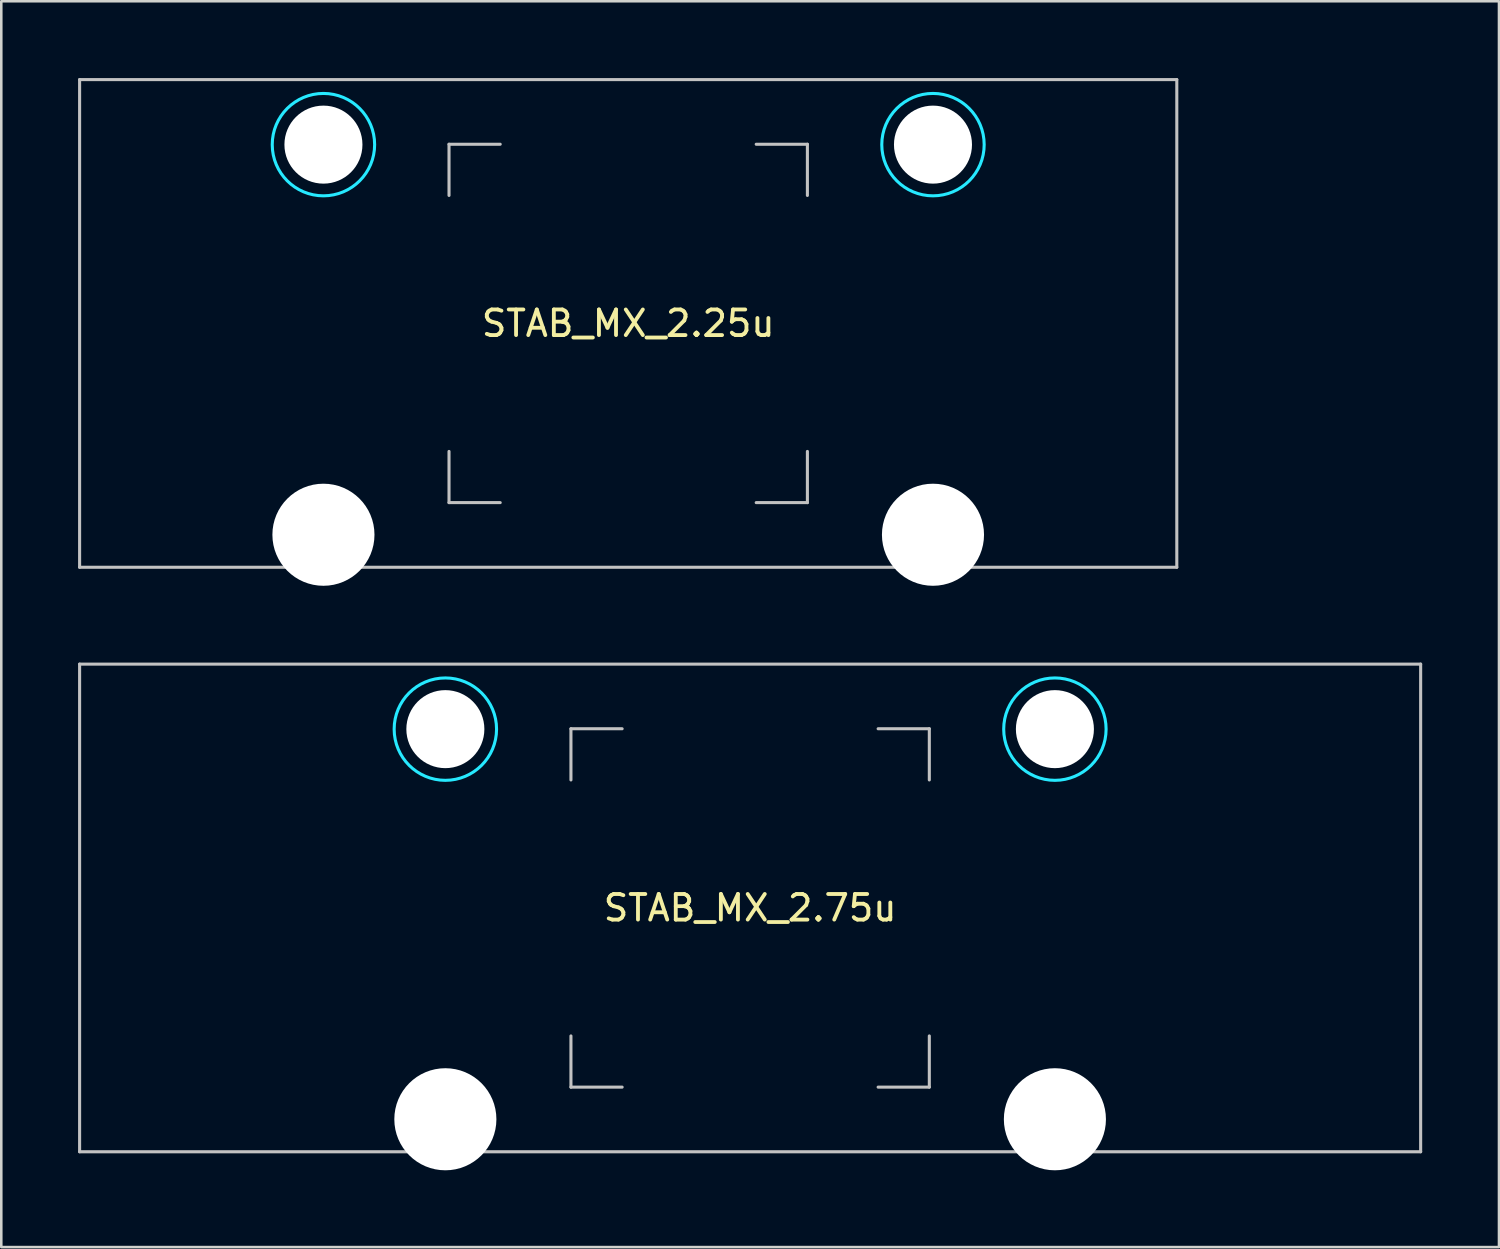
<source format=kicad_pcb>
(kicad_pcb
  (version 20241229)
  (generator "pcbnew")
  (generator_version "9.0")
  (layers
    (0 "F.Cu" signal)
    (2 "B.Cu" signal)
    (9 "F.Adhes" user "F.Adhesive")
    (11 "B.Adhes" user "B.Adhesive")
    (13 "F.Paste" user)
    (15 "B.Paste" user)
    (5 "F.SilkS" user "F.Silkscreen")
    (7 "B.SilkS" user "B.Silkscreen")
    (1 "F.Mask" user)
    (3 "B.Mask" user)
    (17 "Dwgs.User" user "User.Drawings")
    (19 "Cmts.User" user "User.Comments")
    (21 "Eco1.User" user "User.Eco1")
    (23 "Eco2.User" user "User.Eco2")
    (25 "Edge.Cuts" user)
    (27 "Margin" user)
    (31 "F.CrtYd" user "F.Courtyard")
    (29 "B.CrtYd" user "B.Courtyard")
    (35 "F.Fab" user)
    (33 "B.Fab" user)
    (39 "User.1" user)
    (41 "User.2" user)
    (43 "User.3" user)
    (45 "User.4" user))
  (footprint "STAB_MX_2.75u"
    (layer "F.Cu")
    (at 26.254 32.419)
    (property "Reference" "STAB_MX_2.75u" (at 0 0 0) (layer "F.SilkS") (effects (font (size 1 1) (thickness 0.15))))
    (attr through_hole exclude_from_pos_files exclude_from_bom)
    (fp_line (start -26.194 -9.525) (end -26.194 9.525) (stroke (width 0.12) (type solid)) (layer "Dwgs.User"))
    (fp_line (start -26.194 -9.525) (end 26.194 -9.525) (stroke (width 0.12) (type solid)) (layer "Dwgs.User"))
    (fp_line (start -26.194 9.525) (end 26.194 9.525) (stroke (width 0.12) (type solid)) (layer "Dwgs.User"))
    (fp_line (start -7 -7) (end -5 -7) (stroke (width 0.12) (type solid)) (layer "Dwgs.User"))
    (fp_line (start -7 -5) (end -7 -7) (stroke (width 0.12) (type solid)) (layer "Dwgs.User"))
    (fp_line (start -7 7) (end -7 5) (stroke (width 0.12) (type solid)) (layer "Dwgs.User"))
    (fp_line (start -5 7) (end -7 7) (stroke (width 0.12) (type solid)) (layer "Dwgs.User"))
    (fp_line (start 5 -7) (end 7 -7) (stroke (width 0.12) (type solid)) (layer "Dwgs.User"))
    (fp_line (start 5 7) (end 7 7) (stroke (width 0.12) (type solid)) (layer "Dwgs.User"))
    (fp_line (start 7 -7) (end 7 -5) (stroke (width 0.12) (type solid)) (layer "Dwgs.User"))
    (fp_line (start 7 7) (end 7 5) (stroke (width 0.12) (type solid)) (layer "Dwgs.User"))
    (fp_line (start 26.194 -9.525) (end 26.194 9.525) (stroke (width 0.12) (type solid)) (layer "Dwgs.User"))
    (fp_line (start -15.281 -5.5) (end -15.281 7.5) (stroke (width 0.05) (type solid)) (layer "Eco2.User"))
    (fp_line (start -14.781 -6) (end -9.031 -6) (stroke (width 0.05) (type solid)) (layer "Eco2.User"))
    (fp_line (start -14.781 8) (end -9.031 8) (stroke (width 0.05) (type solid)) (layer "Eco2.User"))
    (fp_line (start -8.531 -5.5) (end -8.531 7.5) (stroke (width 0.05) (type solid)) (layer "Eco2.User"))
    (fp_line (start 8.531 -5.5) (end 8.531 7.5) (stroke (width 0.05) (type solid)) (layer "Eco2.User"))
    (fp_line (start 9.031 -6) (end 14.78 -6) (stroke (width 0.05) (type solid)) (layer "Eco2.User"))
    (fp_line (start 9.031 8) (end 14.781 8) (stroke (width 0.05) (type solid)) (layer "Eco2.User"))
    (fp_line (start 15.28 -5.5) (end 15.281 7.5) (stroke (width 0.05) (type solid)) (layer "Eco2.User"))
    (fp_arc (start -15.28125 -5.499999) (mid -15.134803 -5.853552) (end -14.78125 -5.999999) (stroke (width 0.05) (type solid)) (layer "Eco2.User"))
    (fp_arc (start -14.78125 8.000001) (mid -15.134803 7.853554) (end -15.28125 7.500001) (stroke (width 0.05) (type solid)) (layer "Eco2.User"))
    (fp_arc (start -9.03125 -5.999999) (mid -8.677697 -5.853552) (end -8.53125 -5.499999) (stroke (width 0.05) (type solid)) (layer "Eco2.User"))
    (fp_arc (start -8.53125 7.500001) (mid -8.677697 7.853554) (end -9.03125 8.000001) (stroke (width 0.05) (type solid)) (layer "Eco2.User"))
    (fp_arc (start 8.53125 -5.499999) (mid 8.677697 -5.853552) (end 9.03125 -5.999999) (stroke (width 0.05) (type solid)) (layer "Eco2.User"))
    (fp_arc (start 9.03125 8.000001) (mid 8.677697 7.853554) (end 8.53125 7.500001) (stroke (width 0.05) (type solid)) (layer "Eco2.User"))
    (fp_arc (start 14.780039 -5.999999) (mid 15.133592 -5.853552) (end 15.280039 -5.499999) (stroke (width 0.05) (type solid)) (layer "Eco2.User"))
    (fp_arc (start 15.28125 7.500001) (mid 15.134803 7.853554) (end 14.78125 8.000001) (stroke (width 0.05) (type solid)) (layer "Eco2.User"))
    (fp_circle (center -11.906 -6.985) (end -9.906 -6.985) (stroke (width 0.12) (type solid)) (fill no) (layer "B.CrtYd"))
    (fp_circle (center 11.906 -6.985) (end 13.906 -6.985) (stroke (width 0.12) (type solid)) (fill no) (layer "B.CrtYd"))
    (pad "" np_thru_hole circle (at -11.906 -6.985) (size 3.048 3.048) (drill 3.048) (layers "*.Cu" "*.Mask"))
    (pad "" np_thru_hole circle (at -11.906 8.255) (size 3.988 3.988) (drill 3.988) (layers "*.Cu" "*.Mask"))
    (pad "" np_thru_hole circle (at 11.906 -6.985) (size 3.048 3.048) (drill 3.048) (layers "*.Cu" "*.Mask"))
    (pad "" np_thru_hole circle (at 11.906 8.255) (size 3.988 3.988) (drill 3.988) (layers "*.Cu" "*.Mask")))
  (footprint "STAB_MX_2.25u"
    (layer "F.Cu")
    (at 21.491 9.585)
    (property "Reference" "STAB_MX_2.25u" (at 0 0 0) (layer "F.SilkS") (effects (font (size 1 1) (thickness 0.15))))
    (attr through_hole exclude_from_pos_files exclude_from_bom)
    (fp_line (start -21.431 -9.525) (end -21.431 9.525) (stroke (width 0.12) (type solid)) (layer "Dwgs.User"))
    (fp_line (start -21.431 -9.525) (end 21.431 -9.525) (stroke (width 0.12) (type solid)) (layer "Dwgs.User"))
    (fp_line (start -21.431 9.525) (end 21.431 9.525) (stroke (width 0.12) (type solid)) (layer "Dwgs.User"))
    (fp_line (start -7 -7) (end -5 -7) (stroke (width 0.12) (type solid)) (layer "Dwgs.User"))
    (fp_line (start -7 -5) (end -7 -7) (stroke (width 0.12) (type solid)) (layer "Dwgs.User"))
    (fp_line (start -7 7) (end -7 5) (stroke (width 0.12) (type solid)) (layer "Dwgs.User"))
    (fp_line (start -5 7) (end -7 7) (stroke (width 0.12) (type solid)) (layer "Dwgs.User"))
    (fp_line (start 5 -7) (end 7 -7) (stroke (width 0.12) (type solid)) (layer "Dwgs.User"))
    (fp_line (start 5 7) (end 7 7) (stroke (width 0.12) (type solid)) (layer "Dwgs.User"))
    (fp_line (start 7 -7) (end 7 -5) (stroke (width 0.12) (type solid)) (layer "Dwgs.User"))
    (fp_line (start 7 7) (end 7 5) (stroke (width 0.12) (type solid)) (layer "Dwgs.User"))
    (fp_line (start 21.431 -9.525) (end 21.431 9.525) (stroke (width 0.12) (type solid)) (layer "Dwgs.User"))
    (fp_line (start -15.281 -5.5) (end -15.281 7.5) (stroke (width 0.05) (type solid)) (layer "Eco2.User"))
    (fp_line (start -14.781 -6) (end -9.031 -6) (stroke (width 0.05) (type solid)) (layer "Eco2.User"))
    (fp_line (start -14.781 8) (end -9.031 8) (stroke (width 0.05) (type solid)) (layer "Eco2.User"))
    (fp_line (start -8.531 -5.5) (end -8.531 7.5) (stroke (width 0.05) (type solid)) (layer "Eco2.User"))
    (fp_line (start 8.531 -5.5) (end 8.531 7.5) (stroke (width 0.05) (type solid)) (layer "Eco2.User"))
    (fp_line (start 9.031 -6) (end 14.78 -6) (stroke (width 0.05) (type solid)) (layer "Eco2.User"))
    (fp_line (start 9.031 8) (end 14.781 8) (stroke (width 0.05) (type solid)) (layer "Eco2.User"))
    (fp_line (start 15.28 -5.5) (end 15.281 7.5) (stroke (width 0.05) (type solid)) (layer "Eco2.User"))
    (fp_arc (start -15.28125 -5.499999) (mid -15.134803 -5.853552) (end -14.78125 -5.999999) (stroke (width 0.05) (type solid)) (layer "Eco2.User"))
    (fp_arc (start -14.78125 8.000001) (mid -15.134803 7.853554) (end -15.28125 7.500001) (stroke (width 0.05) (type solid)) (layer "Eco2.User"))
    (fp_arc (start -9.03125 -5.999999) (mid -8.677697 -5.853552) (end -8.53125 -5.499999) (stroke (width 0.05) (type solid)) (layer "Eco2.User"))
    (fp_arc (start -8.53125 7.500001) (mid -8.677697 7.853554) (end -9.03125 8.000001) (stroke (width 0.05) (type solid)) (layer "Eco2.User"))
    (fp_arc (start 8.53125 -5.499999) (mid 8.677697 -5.853552) (end 9.03125 -5.999999) (stroke (width 0.05) (type solid)) (layer "Eco2.User"))
    (fp_arc (start 9.03125 8.000001) (mid 8.677697 7.853554) (end 8.53125 7.500001) (stroke (width 0.05) (type solid)) (layer "Eco2.User"))
    (fp_arc (start 14.780039 -5.999999) (mid 15.133592 -5.853552) (end 15.280039 -5.499999) (stroke (width 0.05) (type solid)) (layer "Eco2.User"))
    (fp_arc (start 15.28125 7.500001) (mid 15.134803 7.853554) (end 14.78125 8.000001) (stroke (width 0.05) (type solid)) (layer "Eco2.User"))
    (fp_circle (center -11.906 -6.985) (end -9.906 -6.985) (stroke (width 0.12) (type solid)) (fill no) (layer "B.CrtYd"))
    (fp_circle (center 11.906 -6.985) (end 13.906 -6.985) (stroke (width 0.12) (type solid)) (fill no) (layer "B.CrtYd"))
    (pad "" np_thru_hole circle (at -11.906 -6.985) (size 3.048 3.048) (drill 3.048) (layers "*.Cu" "*.Mask"))
    (pad "" np_thru_hole circle (at -11.906 8.255) (size 3.988 3.988) (drill 3.988) (layers "*.Cu" "*.Mask"))
    (pad "" np_thru_hole circle (at 11.906 -6.985) (size 3.048 3.048) (drill 3.048) (layers "*.Cu" "*.Mask"))
    (pad "" np_thru_hole circle (at 11.906 8.255) (size 3.988 3.988) (drill 3.988) (layers "*.Cu" "*.Mask")))
  (gr_rect
    (start -3 -3)
    (end 55.508 45.668)
    (stroke (width 0.1) (type default))
    (fill no)
    (layer "Edge.Cuts")))
</source>
